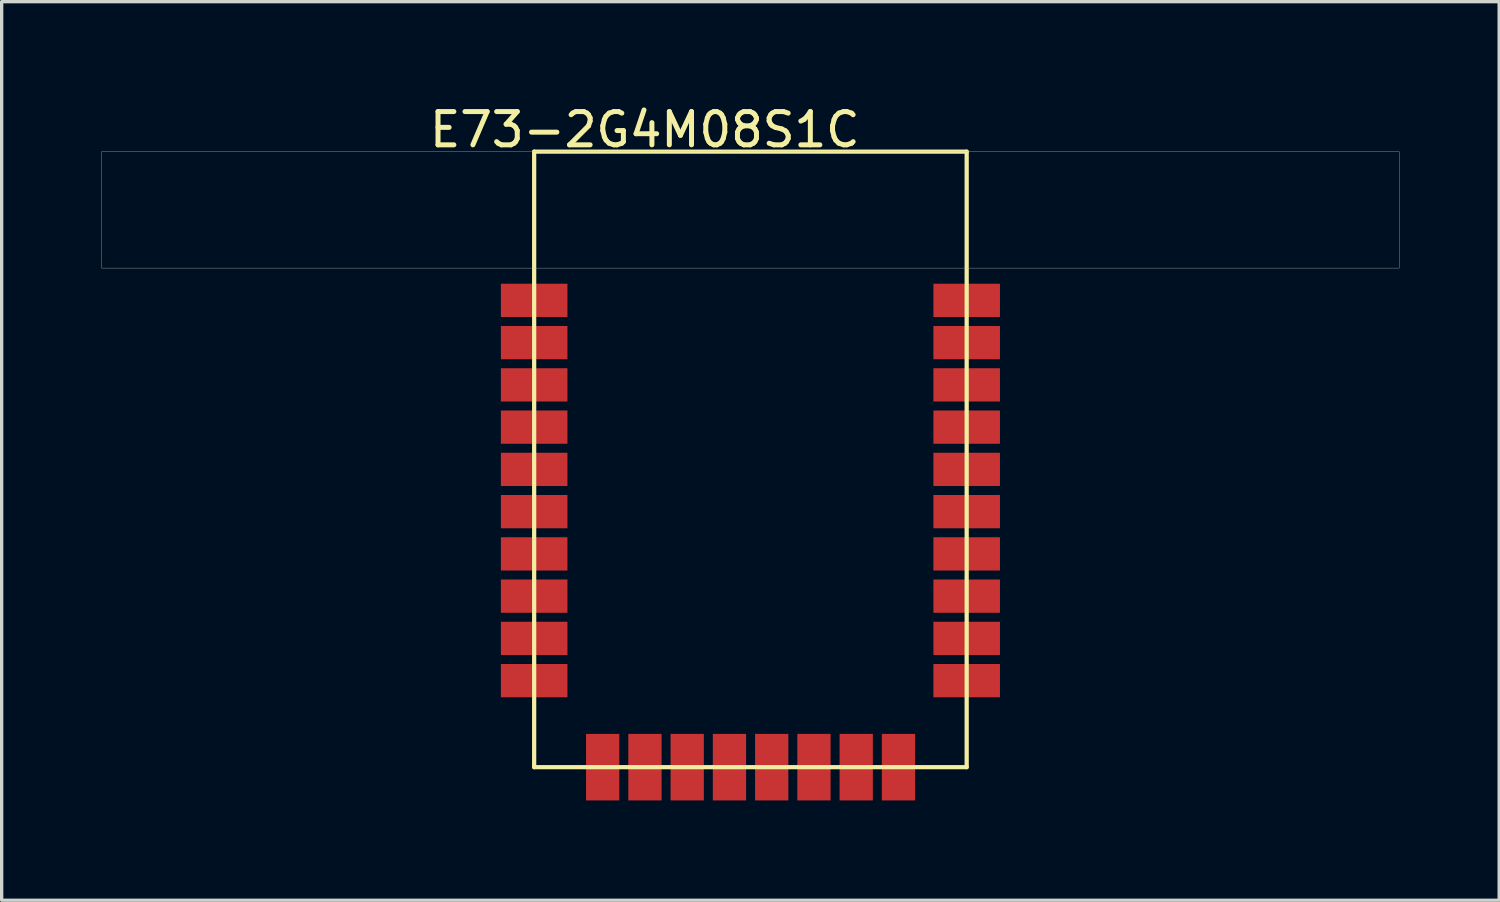
<source format=kicad_pcb>
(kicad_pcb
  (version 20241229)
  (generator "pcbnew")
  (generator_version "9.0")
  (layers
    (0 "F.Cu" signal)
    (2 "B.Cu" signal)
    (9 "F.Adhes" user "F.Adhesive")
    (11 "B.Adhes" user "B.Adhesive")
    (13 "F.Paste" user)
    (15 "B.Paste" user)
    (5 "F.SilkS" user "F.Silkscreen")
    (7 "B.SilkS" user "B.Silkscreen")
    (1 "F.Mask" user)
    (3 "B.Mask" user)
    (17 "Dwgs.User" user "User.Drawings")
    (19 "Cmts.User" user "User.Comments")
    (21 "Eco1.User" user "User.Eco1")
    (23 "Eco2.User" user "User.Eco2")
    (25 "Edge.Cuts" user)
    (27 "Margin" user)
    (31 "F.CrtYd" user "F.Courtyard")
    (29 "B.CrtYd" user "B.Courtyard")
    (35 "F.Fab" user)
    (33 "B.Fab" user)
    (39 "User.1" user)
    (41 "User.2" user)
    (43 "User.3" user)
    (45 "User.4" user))
  (footprint "E73-2G4M08S1C"
    (layer "F.Cu")
    (at 19.505 11.008)
    (property "Reference" "E73-2G4M08S1C" (at -3.175 -10.16 0) (layer "F.SilkS") (effects (font (size 1 1) (thickness 0.15))))
    (attr through_hole)
    (fp_line (start -6.5 -9.5) (end -6.5 9) (stroke (width 0.127) (type solid)) (layer "F.SilkS"))
    (fp_line (start -6.5 9) (end 6.5 9) (stroke (width 0.127) (type solid)) (layer "F.SilkS"))
    (fp_line (start 6.5 -9.5) (end -6.5 -9.5) (stroke (width 0.127) (type solid)) (layer "F.SilkS"))
    (fp_line (start 6.5 9) (end 6.5 -9.5) (stroke (width 0.127) (type solid)) (layer "F.SilkS"))
    (fp_poly (pts (xy -19.5 -9.5) (xy 19.5 -9.5) (xy 19.5 -6) (xy -19.5 -6)) (stroke (width 0.01) (type solid)) (fill no) (layer "Dwgs.User"))
    (pad "1" smd rect (at -6.5 -5.03) (size 2 1) (layers "F.Cu" "F.Mask" "F.Paste"))
    (pad "2" smd rect (at -6.5 -3.76) (size 2 1) (layers "F.Cu" "F.Mask" "F.Paste"))
    (pad "3" smd rect (at -6.5 -2.49) (size 2 1) (layers "F.Cu" "F.Mask" "F.Paste"))
    (pad "4" smd rect (at -6.5 -1.22) (size 2 1) (layers "F.Cu" "F.Mask" "F.Paste"))
    (pad "5" smd rect (at -6.5 0.05) (size 2 1) (layers "F.Cu" "F.Mask" "F.Paste"))
    (pad "6" smd rect (at -6.5 1.32) (size 2 1) (layers "F.Cu" "F.Mask" "F.Paste"))
    (pad "7" smd rect (at -6.5 2.59) (size 2 1) (layers "F.Cu" "F.Mask" "F.Paste"))
    (pad "8" smd rect (at -6.5 3.86) (size 2 1) (layers "F.Cu" "F.Mask" "F.Paste"))
    (pad "9" smd rect (at -6.5 5.13) (size 2 1) (layers "F.Cu" "F.Mask" "F.Paste"))
    (pad "10" smd rect (at -6.5 6.4) (size 2 1) (layers "F.Cu" "F.Mask" "F.Paste"))
    (pad "11" smd rect (at -4.44 9) (size 1 2) (layers "F.Cu" "F.Mask" "F.Paste"))
    (pad "13" smd rect (at -3.17 9) (size 1 2) (layers "F.Cu" "F.Mask" "F.Paste"))
    (pad "15" smd rect (at -1.9 9) (size 1 2) (layers "F.Cu" "F.Mask" "F.Paste"))
    (pad "17" smd rect (at -0.63 9) (size 1 2) (layers "F.Cu" "F.Mask" "F.Paste"))
    (pad "19" smd rect (at 0.64 9) (size 1 2) (layers "F.Cu" "F.Mask" "F.Paste"))
    (pad "21" smd rect (at 1.91 9) (size 1 2) (layers "F.Cu" "F.Mask" "F.Paste"))
    (pad "23" smd rect (at 3.18 9) (size 1 2) (layers "F.Cu" "F.Mask" "F.Paste"))
    (pad "25" smd rect (at 4.45 9) (size 1 2) (layers "F.Cu" "F.Mask" "F.Paste"))
    (pad "26" smd rect (at 6.5 6.4) (size 2 1) (layers "F.Cu" "F.Mask" "F.Paste"))
    (pad "27" smd rect (at 6.5 5.13) (size 2 1) (layers "F.Cu" "F.Mask" "F.Paste"))
    (pad "29" smd rect (at 6.5 3.86) (size 2 1) (layers "F.Cu" "F.Mask" "F.Paste"))
    (pad "31" smd rect (at 6.5 2.59) (size 2 1) (layers "F.Cu" "F.Mask" "F.Paste"))
    (pad "33" smd rect (at 6.5 1.32) (size 2 1) (layers "F.Cu" "F.Mask" "F.Paste"))
    (pad "35" smd rect (at 6.5 0.05) (size 2 1) (layers "F.Cu" "F.Mask" "F.Paste"))
    (pad "37" smd rect (at 6.5 -1.22) (size 2 1) (layers "F.Cu" "F.Mask" "F.Paste"))
    (pad "39" smd rect (at 6.5 -2.49) (size 2 1) (layers "F.Cu" "F.Mask" "F.Paste"))
    (pad "41" smd rect (at 6.5 -3.76) (size 2 1) (layers "F.Cu" "F.Mask" "F.Paste"))
    (pad "43" smd rect (at 6.5 -5.03) (size 2 1) (layers "F.Cu" "F.Mask" "F.Paste")))
  (gr_rect
    (start -3 -3)
    (end 42.01 24.008)
    (stroke (width 0.1) (type default))
    (fill no)
    (layer "Edge.Cuts")))
</source>
